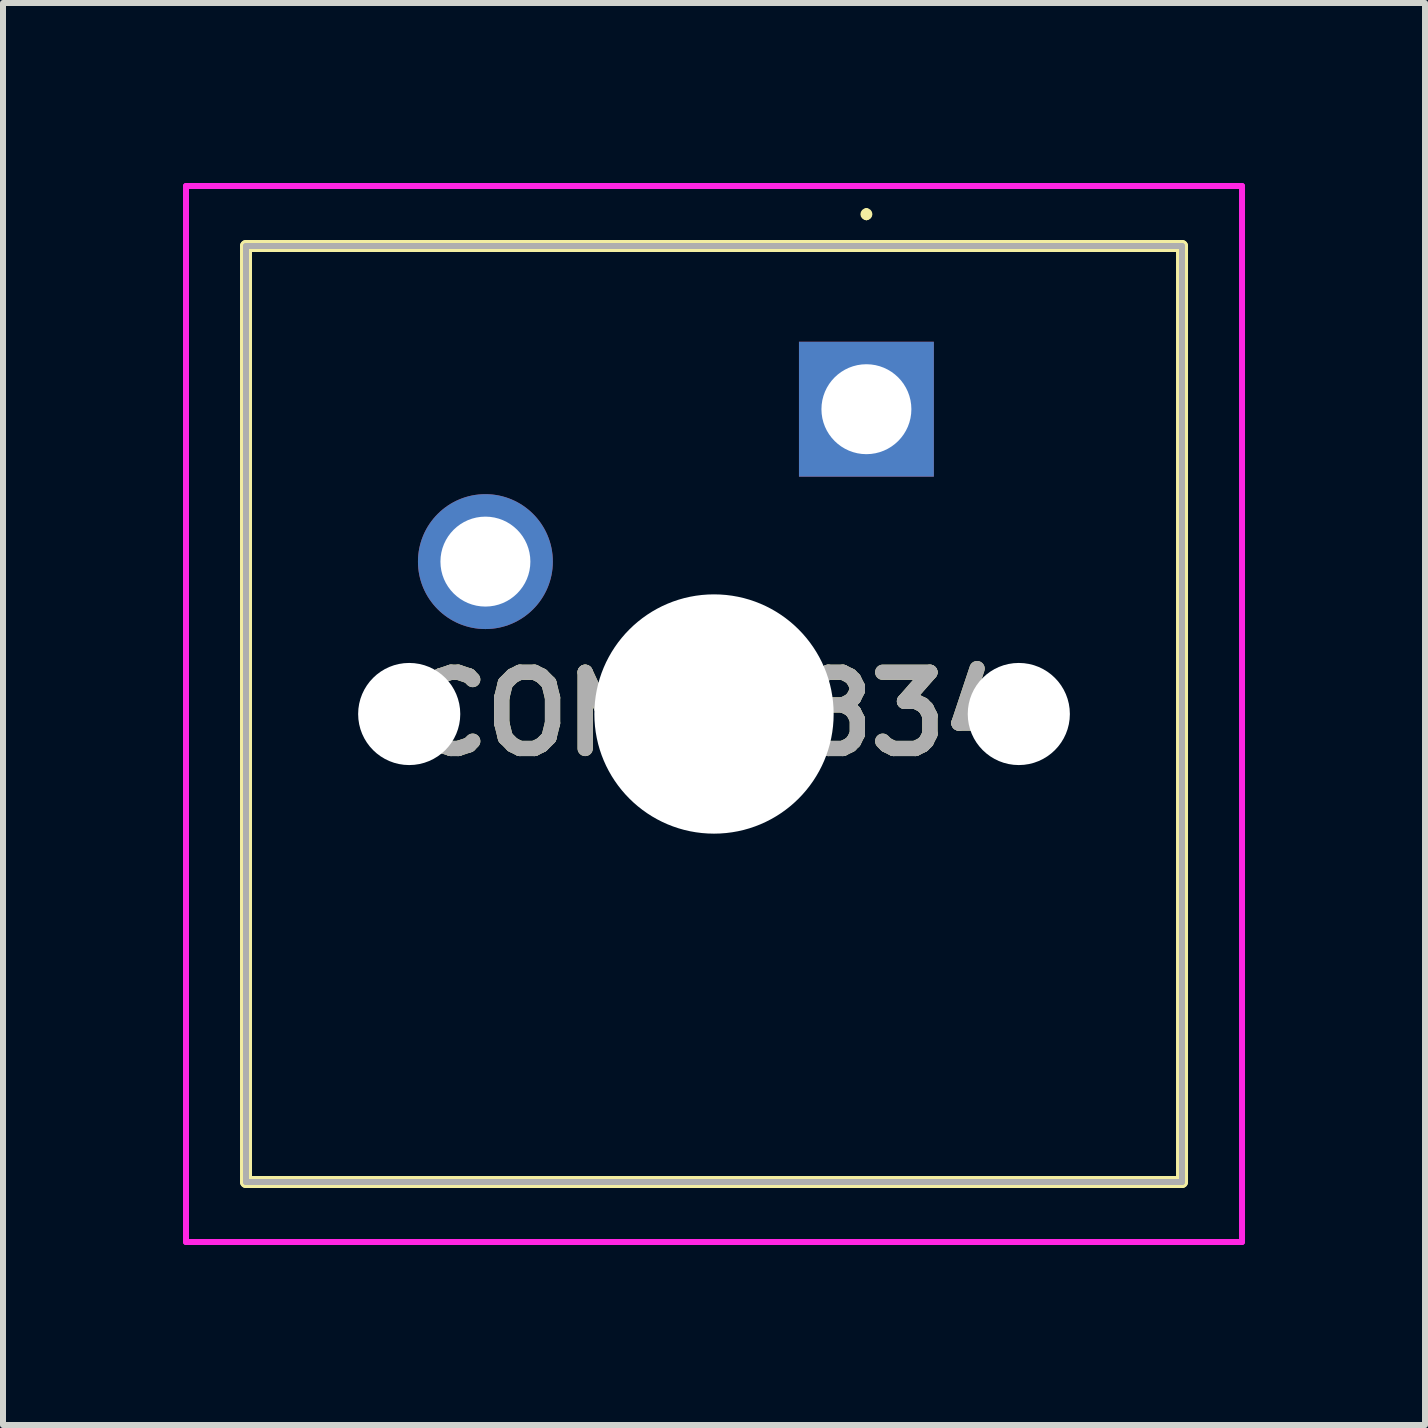
<source format=kicad_pcb>
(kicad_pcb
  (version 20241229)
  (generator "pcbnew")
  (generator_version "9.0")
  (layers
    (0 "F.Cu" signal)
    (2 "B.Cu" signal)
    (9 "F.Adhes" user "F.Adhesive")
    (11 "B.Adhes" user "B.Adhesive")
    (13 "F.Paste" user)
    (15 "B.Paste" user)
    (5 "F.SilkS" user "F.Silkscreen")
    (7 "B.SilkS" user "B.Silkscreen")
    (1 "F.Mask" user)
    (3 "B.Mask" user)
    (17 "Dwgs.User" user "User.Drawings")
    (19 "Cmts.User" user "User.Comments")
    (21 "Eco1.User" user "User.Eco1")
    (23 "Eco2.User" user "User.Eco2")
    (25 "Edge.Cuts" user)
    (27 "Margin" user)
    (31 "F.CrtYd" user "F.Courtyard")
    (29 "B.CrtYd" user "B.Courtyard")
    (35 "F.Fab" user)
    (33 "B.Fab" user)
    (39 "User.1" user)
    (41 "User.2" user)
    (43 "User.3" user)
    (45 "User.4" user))
  (footprint "COM13834"
    (layer "F.Cu")
    (at 11.39 3.77)
    (property "Reference" "COM13834" (at -2.54 5.08 0) (layer "F.SilkS") (effects (font (size 1.27 1.27) (thickness 0.254))))
    (attr through_hole)
    (fp_line (start -10.34 -2.72) (end 5.26 -2.72) (stroke (width 0.2) (type solid)) (layer "F.SilkS"))
    (fp_line (start -10.34 12.88) (end -10.34 -2.72) (stroke (width 0.2) (type solid)) (layer "F.SilkS"))
    (fp_line (start 0 -3.3) (end 0 -3.3) (stroke (width 0.1) (type solid)) (layer "F.SilkS"))
    (fp_line (start 0 -3.2) (end 0 -3.2) (stroke (width 0.1) (type solid)) (layer "F.SilkS"))
    (fp_line (start 5.26 -2.72) (end 5.26 12.88) (stroke (width 0.2) (type solid)) (layer "F.SilkS"))
    (fp_line (start 5.26 12.88) (end -10.34 12.88) (stroke (width 0.2) (type solid)) (layer "F.SilkS"))
    (fp_arc (start 0 -3.3) (mid 0.05 -3.25) (end 0 -3.2) (stroke (width 0.1) (type solid)) (layer "F.SilkS"))
    (fp_arc (start 0 -3.2) (mid -0.05 -3.25) (end 0 -3.3) (stroke (width 0.1) (type solid)) (layer "F.SilkS"))
    (fp_line (start -11.34 -3.72) (end 6.26 -3.72) (stroke (width 0.1) (type solid)) (layer "F.CrtYd"))
    (fp_line (start -11.34 13.88) (end -11.34 -3.72) (stroke (width 0.1) (type solid)) (layer "F.CrtYd"))
    (fp_line (start 6.26 -3.72) (end 6.26 13.88) (stroke (width 0.1) (type solid)) (layer "F.CrtYd"))
    (fp_line (start 6.26 13.88) (end -11.34 13.88) (stroke (width 0.1) (type solid)) (layer "F.CrtYd"))
    (fp_line (start -10.34 -2.72) (end 5.26 -2.72) (stroke (width 0.1) (type solid)) (layer "F.Fab"))
    (fp_line (start -10.34 12.88) (end -10.34 -2.72) (stroke (width 0.1) (type solid)) (layer "F.Fab"))
    (fp_line (start 5.26 -2.72) (end 5.26 12.88) (stroke (width 0.1) (type solid)) (layer "F.Fab"))
    (fp_line (start 5.26 12.88) (end -10.34 12.88) (stroke (width 0.1) (type solid)) (layer "F.Fab"))
    (fp_text user "${REFERENCE}" (at -2.54 5.08 0) (layer "F.Fab") (effects (font (size 1.27 1.27) (thickness 0.254))))
    (pad "" np_thru_hole circle (at -7.62 5.08) (size 1.702 1.702) (drill 1.702) (layers "*.Cu" "*.Mask"))
    (pad "" np_thru_hole circle (at -2.54 5.08) (size 3.988 3.988) (drill 3.988) (layers "*.Cu" "*.Mask"))
    (pad "" np_thru_hole circle (at 2.54 5.08) (size 1.702 1.702) (drill 1.702) (layers "*.Cu" "*.Mask"))
    (pad "1" thru_hole rect (at 0 0) (size 2.248 2.248) (drill 1.499) (layers "*.Cu" "*.Mask"))
    (pad "2" thru_hole circle (at -6.35 2.54) (size 2.248 2.248) (drill 1.499) (layers "*.Cu" "*.Mask")))
  (gr_rect
    (start -3 -3)
    (end 20.7 20.7)
    (stroke (width 0.1) (type default))
    (fill no)
    (layer "Edge.Cuts")))
</source>
